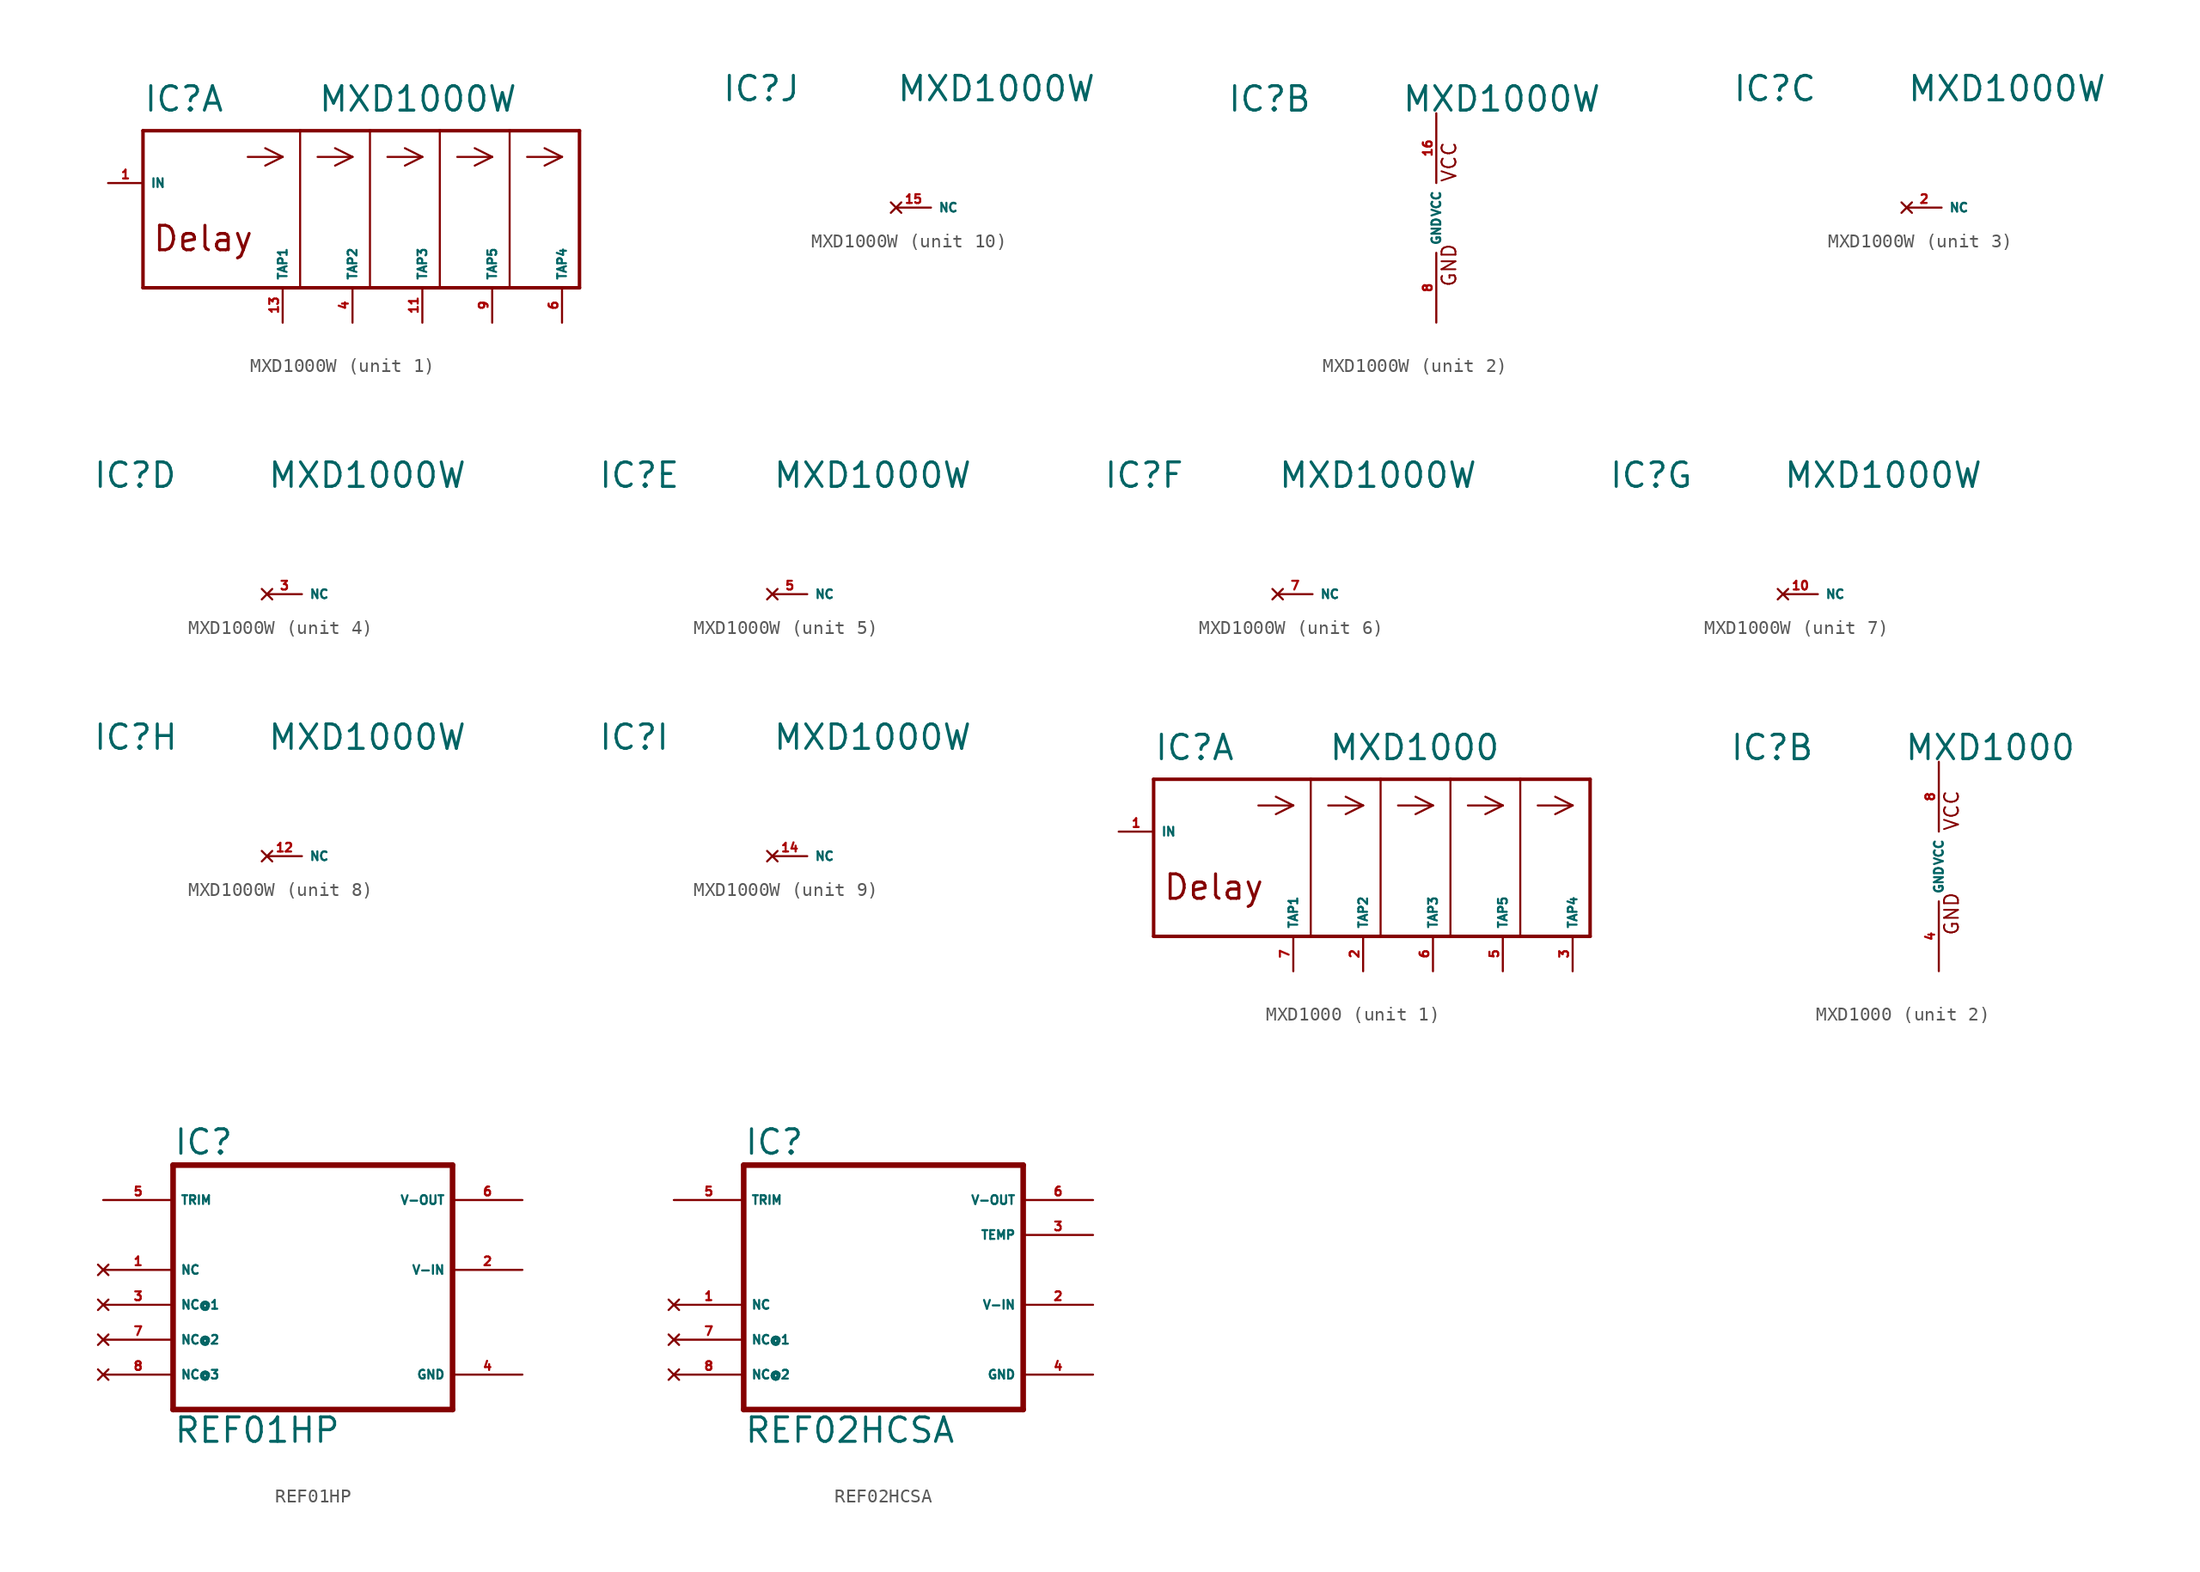
<source format=kicad_sym>
(kicad_symbol_lib
  (version 20220914)
  (generator Eagle2Kicad)
  (symbol "MXD1000W"
    (property "Reference" "IC"
      (at -15.24 7.62 0)
      (effects (font (size 1.778 1.778) (thickness 0.22)) (justify left bottom)))
    (property "Value" "MXD1000W"
      (at -2.54 7.62 0)
      (effects (font (size 1.778 1.778) (thickness 0.22)) (justify left bottom)))
    (symbol "MXD1000W_1_0"
      (polyline (pts (xy -15.24 6.35) (xy -3.81 6.35)) (stroke (width 0.254) (type default)) (fill (type none)))
      (polyline (pts (xy -3.81 6.35) (xy 1.27 6.35)) (stroke (width 0.254) (type default)) (fill (type none)))
      (polyline (pts (xy 1.27 6.35) (xy 6.35 6.35)) (stroke (width 0.254) (type default)) (fill (type none)))
      (polyline (pts (xy 6.35 6.35) (xy 11.43 6.35)) (stroke (width 0.254) (type default)) (fill (type none)))
      (polyline (pts (xy 11.43 6.35) (xy 16.51 6.35)) (stroke (width 0.254) (type default)) (fill (type none)))
      (polyline (pts (xy 16.51 6.35) (xy 16.51 -5.08)) (stroke (width 0.254) (type default)) (fill (type none)))
      (polyline (pts (xy 16.51 -5.08) (xy 11.43 -5.08)) (stroke (width 0.254) (type default)) (fill (type none)))
      (polyline (pts (xy 11.43 -5.08) (xy 6.35 -5.08)) (stroke (width 0.254) (type default)) (fill (type none)))
      (polyline (pts (xy 6.35 -5.08) (xy 1.27 -5.08)) (stroke (width 0.254) (type default)) (fill (type none)))
      (polyline (pts (xy 1.27 -5.08) (xy -3.81 -5.08)) (stroke (width 0.254) (type default)) (fill (type none)))
      (polyline (pts (xy -3.81 -5.08) (xy -15.24 -5.08)) (stroke (width 0.254) (type default)) (fill (type none)))
      (polyline (pts (xy -15.24 -5.08) (xy -15.24 6.35)) (stroke (width 0.254) (type default)) (fill (type none)))
      (polyline (pts (xy 11.43 6.35) (xy 11.43 -5.08)) (stroke (width 0.15) (type default)) (fill (type none)))
      (polyline (pts (xy 6.35 6.35) (xy 6.35 -5.08)) (stroke (width 0.15) (type default)) (fill (type none)))
      (polyline (pts (xy 1.27 6.35) (xy 1.27 -5.08)) (stroke (width 0.15) (type default)) (fill (type none)))
      (polyline (pts (xy -3.81 6.35) (xy -3.81 -5.08)) (stroke (width 0.15) (type default)) (fill (type none)))
      (polyline (pts (xy -7.62 4.445) (xy -5.08 4.445)) (stroke (width 0.15) (type default)) (fill (type none)))
      (polyline (pts (xy -5.08 4.445) (xy -6.35 3.81)) (stroke (width 0.15) (type default)) (fill (type none)))
      (polyline (pts (xy -5.08 4.445) (xy -6.35 5.08)) (stroke (width 0.15) (type default)) (fill (type none)))
      (polyline (pts (xy -2.54 4.445) (xy 0 4.445)) (stroke (width 0.15) (type default)) (fill (type none)))
      (polyline (pts (xy 0 4.445) (xy -1.27 3.81)) (stroke (width 0.15) (type default)) (fill (type none)))
      (polyline (pts (xy 0 4.445) (xy -1.27 5.08)) (stroke (width 0.15) (type default)) (fill (type none)))
      (polyline (pts (xy 2.54 4.445) (xy 5.08 4.445)) (stroke (width 0.15) (type default)) (fill (type none)))
      (polyline (pts (xy 5.08 4.445) (xy 3.81 3.81)) (stroke (width 0.15) (type default)) (fill (type none)))
      (polyline (pts (xy 5.08 4.445) (xy 3.81 5.08)) (stroke (width 0.15) (type default)) (fill (type none)))
      (polyline (pts (xy 7.62 4.445) (xy 10.16 4.445)) (stroke (width 0.15) (type default)) (fill (type none)))
      (polyline (pts (xy 10.16 4.445) (xy 8.89 3.81)) (stroke (width 0.15) (type default)) (fill (type none)))
      (polyline (pts (xy 10.16 4.445) (xy 8.89 5.08)) (stroke (width 0.15) (type default)) (fill (type none)))
      (polyline (pts (xy 12.7 4.445) (xy 15.24 4.445)) (stroke (width 0.15) (type default)) (fill (type none)))
      (polyline (pts (xy 15.24 4.445) (xy 13.97 3.81)) (stroke (width 0.15) (type default)) (fill (type none)))
      (polyline (pts (xy 15.24 4.445) (xy 13.97 5.08)) (stroke (width 0.15) (type default)) (fill (type none)))
      (text "Delay" (at -14.605 -2.54 0) (effects (font (size 1.778 1.778) (thickness 0.22)) (justify left bottom)))
      (pin input line (at -17.78 2.54 0) (length 2.54) (name "IN" (effects (font (size 0.635 0.635) (thickness 0.08)) (justify left bottom))) (number "1" (effects (font (size 0.635 0.635) (thickness 0.08)) (justify left bottom))))
      (pin output line (at -5.08 -7.62 90) (length 2.54) (name "TAP1" (effects (font (size 0.635 0.635) (thickness 0.08)) (justify left bottom))) (number "13" (effects (font (size 0.635 0.635) (thickness 0.08)) (justify left bottom))))
      (pin output line (at 0 -7.62 90) (length 2.54) (name "TAP2" (effects (font (size 0.635 0.635) (thickness 0.08)) (justify left bottom))) (number "4" (effects (font (size 0.635 0.635) (thickness 0.08)) (justify left bottom))))
      (pin output line (at 5.08 -7.62 90) (length 2.54) (name "TAP3" (effects (font (size 0.635 0.635) (thickness 0.08)) (justify left bottom))) (number "11" (effects (font (size 0.635 0.635) (thickness 0.08)) (justify left bottom))))
      (pin output line (at 15.24 -7.62 90) (length 2.54) (name "TAP4" (effects (font (size 0.635 0.635) (thickness 0.08)) (justify left bottom))) (number "6" (effects (font (size 0.635 0.635) (thickness 0.08)) (justify left bottom))))
      (pin output line (at 10.16 -7.62 90) (length 2.54) (name "TAP5" (effects (font (size 0.635 0.635) (thickness 0.08)) (justify left bottom))) (number "9" (effects (font (size 0.635 0.635) (thickness 0.08)) (justify left bottom)))))
    (symbol "MXD1000W_2_0"
      (text "GND" (at 1.524 -5.08 900) (effects (font (size 1.016 1.016) (thickness 0.13)) (justify left bottom)))
      (text "VCC" (at 1.524 2.54 900) (effects (font (size 1.016 1.016) (thickness 0.13)) (justify left bottom)))
      (pin unspecified line (at 0 7.62 270) (length 5.08) (name "VCC" (effects (font (size 0.635 0.635) (thickness 0.08)) (justify left bottom))) (number "16" (effects (font (size 0.635 0.635) (thickness 0.08)) (justify left bottom))))
      (pin unspecified line (at 0 -7.62 90) (length 5.08) (name "GND" (effects (font (size 0.635 0.635) (thickness 0.08)) (justify left bottom))) (number "8" (effects (font (size 0.635 0.635) (thickness 0.08)) (justify left bottom)))))
    (symbol "MXD1000W_3_0"
      (pin no_connect line (at -2.54 0 0) (length 2.54) (name "NC" (effects (font (size 0.635 0.635) (thickness 0.08)) (justify left bottom) hide)) (number "2" (effects (font (size 0.635 0.635) (thickness 0.08)) (justify left bottom) hide))))
    (symbol "MXD1000W_4_0"
      (pin no_connect line (at -2.54 0 0) (length 2.54) (name "NC" (effects (font (size 0.635 0.635) (thickness 0.08)) (justify left bottom) hide)) (number "3" (effects (font (size 0.635 0.635) (thickness 0.08)) (justify left bottom) hide))))
    (symbol "MXD1000W_5_0"
      (pin no_connect line (at -2.54 0 0) (length 2.54) (name "NC" (effects (font (size 0.635 0.635) (thickness 0.08)) (justify left bottom) hide)) (number "5" (effects (font (size 0.635 0.635) (thickness 0.08)) (justify left bottom) hide))))
    (symbol "MXD1000W_6_0"
      (pin no_connect line (at -2.54 0 0) (length 2.54) (name "NC" (effects (font (size 0.635 0.635) (thickness 0.08)) (justify left bottom) hide)) (number "7" (effects (font (size 0.635 0.635) (thickness 0.08)) (justify left bottom) hide))))
    (symbol "MXD1000W_7_0"
      (pin no_connect line (at -2.54 0 0) (length 2.54) (name "NC" (effects (font (size 0.635 0.635) (thickness 0.08)) (justify left bottom) hide)) (number "10" (effects (font (size 0.635 0.635) (thickness 0.08)) (justify left bottom) hide))))
    (symbol "MXD1000W_8_0"
      (pin no_connect line (at -2.54 0 0) (length 2.54) (name "NC" (effects (font (size 0.635 0.635) (thickness 0.08)) (justify left bottom) hide)) (number "12" (effects (font (size 0.635 0.635) (thickness 0.08)) (justify left bottom) hide))))
    (symbol "MXD1000W_9_0"
      (pin no_connect line (at -2.54 0 0) (length 2.54) (name "NC" (effects (font (size 0.635 0.635) (thickness 0.08)) (justify left bottom) hide)) (number "14" (effects (font (size 0.635 0.635) (thickness 0.08)) (justify left bottom) hide))))
    (symbol "MXD1000W_10_0"
      (pin no_connect line (at -2.54 0 0) (length 2.54) (name "NC" (effects (font (size 0.635 0.635) (thickness 0.08)) (justify left bottom) hide)) (number "15" (effects (font (size 0.635 0.635) (thickness 0.08)) (justify left bottom) hide)))))
  (symbol "MXD1000"
    (property "Reference" "IC"
      (at -15.24 7.62 0)
      (effects (font (size 1.778 1.778) (thickness 0.22)) (justify left bottom)))
    (property "Value" "MXD1000"
      (at -2.54 7.62 0)
      (effects (font (size 1.778 1.778) (thickness 0.22)) (justify left bottom)))
    (symbol "MXD1000_1_0"
      (polyline (pts (xy -15.24 6.35) (xy -3.81 6.35)) (stroke (width 0.254) (type default)) (fill (type none)))
      (polyline (pts (xy -3.81 6.35) (xy 1.27 6.35)) (stroke (width 0.254) (type default)) (fill (type none)))
      (polyline (pts (xy 1.27 6.35) (xy 6.35 6.35)) (stroke (width 0.254) (type default)) (fill (type none)))
      (polyline (pts (xy 6.35 6.35) (xy 11.43 6.35)) (stroke (width 0.254) (type default)) (fill (type none)))
      (polyline (pts (xy 11.43 6.35) (xy 16.51 6.35)) (stroke (width 0.254) (type default)) (fill (type none)))
      (polyline (pts (xy 16.51 6.35) (xy 16.51 -5.08)) (stroke (width 0.254) (type default)) (fill (type none)))
      (polyline (pts (xy 16.51 -5.08) (xy 11.43 -5.08)) (stroke (width 0.254) (type default)) (fill (type none)))
      (polyline (pts (xy 11.43 -5.08) (xy 6.35 -5.08)) (stroke (width 0.254) (type default)) (fill (type none)))
      (polyline (pts (xy 6.35 -5.08) (xy 1.27 -5.08)) (stroke (width 0.254) (type default)) (fill (type none)))
      (polyline (pts (xy 1.27 -5.08) (xy -3.81 -5.08)) (stroke (width 0.254) (type default)) (fill (type none)))
      (polyline (pts (xy -3.81 -5.08) (xy -15.24 -5.08)) (stroke (width 0.254) (type default)) (fill (type none)))
      (polyline (pts (xy -15.24 -5.08) (xy -15.24 6.35)) (stroke (width 0.254) (type default)) (fill (type none)))
      (polyline (pts (xy 11.43 6.35) (xy 11.43 -5.08)) (stroke (width 0.15) (type default)) (fill (type none)))
      (polyline (pts (xy 6.35 6.35) (xy 6.35 -5.08)) (stroke (width 0.15) (type default)) (fill (type none)))
      (polyline (pts (xy 1.27 6.35) (xy 1.27 -5.08)) (stroke (width 0.15) (type default)) (fill (type none)))
      (polyline (pts (xy -3.81 6.35) (xy -3.81 -5.08)) (stroke (width 0.15) (type default)) (fill (type none)))
      (polyline (pts (xy -7.62 4.445) (xy -5.08 4.445)) (stroke (width 0.15) (type default)) (fill (type none)))
      (polyline (pts (xy -5.08 4.445) (xy -6.35 3.81)) (stroke (width 0.15) (type default)) (fill (type none)))
      (polyline (pts (xy -5.08 4.445) (xy -6.35 5.08)) (stroke (width 0.15) (type default)) (fill (type none)))
      (polyline (pts (xy -2.54 4.445) (xy 0 4.445)) (stroke (width 0.15) (type default)) (fill (type none)))
      (polyline (pts (xy 0 4.445) (xy -1.27 3.81)) (stroke (width 0.15) (type default)) (fill (type none)))
      (polyline (pts (xy 0 4.445) (xy -1.27 5.08)) (stroke (width 0.15) (type default)) (fill (type none)))
      (polyline (pts (xy 2.54 4.445) (xy 5.08 4.445)) (stroke (width 0.15) (type default)) (fill (type none)))
      (polyline (pts (xy 5.08 4.445) (xy 3.81 3.81)) (stroke (width 0.15) (type default)) (fill (type none)))
      (polyline (pts (xy 5.08 4.445) (xy 3.81 5.08)) (stroke (width 0.15) (type default)) (fill (type none)))
      (polyline (pts (xy 7.62 4.445) (xy 10.16 4.445)) (stroke (width 0.15) (type default)) (fill (type none)))
      (polyline (pts (xy 10.16 4.445) (xy 8.89 3.81)) (stroke (width 0.15) (type default)) (fill (type none)))
      (polyline (pts (xy 10.16 4.445) (xy 8.89 5.08)) (stroke (width 0.15) (type default)) (fill (type none)))
      (polyline (pts (xy 12.7 4.445) (xy 15.24 4.445)) (stroke (width 0.15) (type default)) (fill (type none)))
      (polyline (pts (xy 15.24 4.445) (xy 13.97 3.81)) (stroke (width 0.15) (type default)) (fill (type none)))
      (polyline (pts (xy 15.24 4.445) (xy 13.97 5.08)) (stroke (width 0.15) (type default)) (fill (type none)))
      (text "Delay" (at -14.605 -2.54 0) (effects (font (size 1.778 1.778) (thickness 0.22)) (justify left bottom)))
      (pin input line (at -17.78 2.54 0) (length 2.54) (name "IN" (effects (font (size 0.635 0.635) (thickness 0.08)) (justify left bottom))) (number "1" (effects (font (size 0.635 0.635) (thickness 0.08)) (justify left bottom))))
      (pin output line (at -5.08 -7.62 90) (length 2.54) (name "TAP1" (effects (font (size 0.635 0.635) (thickness 0.08)) (justify left bottom))) (number "7" (effects (font (size 0.635 0.635) (thickness 0.08)) (justify left bottom))))
      (pin output line (at 0 -7.62 90) (length 2.54) (name "TAP2" (effects (font (size 0.635 0.635) (thickness 0.08)) (justify left bottom))) (number "2" (effects (font (size 0.635 0.635) (thickness 0.08)) (justify left bottom))))
      (pin output line (at 5.08 -7.62 90) (length 2.54) (name "TAP3" (effects (font (size 0.635 0.635) (thickness 0.08)) (justify left bottom))) (number "6" (effects (font (size 0.635 0.635) (thickness 0.08)) (justify left bottom))))
      (pin output line (at 15.24 -7.62 90) (length 2.54) (name "TAP4" (effects (font (size 0.635 0.635) (thickness 0.08)) (justify left bottom))) (number "3" (effects (font (size 0.635 0.635) (thickness 0.08)) (justify left bottom))))
      (pin output line (at 10.16 -7.62 90) (length 2.54) (name "TAP5" (effects (font (size 0.635 0.635) (thickness 0.08)) (justify left bottom))) (number "5" (effects (font (size 0.635 0.635) (thickness 0.08)) (justify left bottom)))))
    (symbol "MXD1000_2_0"
      (text "GND" (at 1.524 -5.08 900) (effects (font (size 1.016 1.016) (thickness 0.13)) (justify left bottom)))
      (text "VCC" (at 1.524 2.54 900) (effects (font (size 1.016 1.016) (thickness 0.13)) (justify left bottom)))
      (pin unspecified line (at 0 7.62 270) (length 5.08) (name "VCC" (effects (font (size 0.635 0.635) (thickness 0.08)) (justify left bottom))) (number "8" (effects (font (size 0.635 0.635) (thickness 0.08)) (justify left bottom))))
      (pin unspecified line (at 0 -7.62 90) (length 5.08) (name "GND" (effects (font (size 0.635 0.635) (thickness 0.08)) (justify left bottom))) (number "4" (effects (font (size 0.635 0.635) (thickness 0.08)) (justify left bottom))))))
  (symbol "REF01HP"
    (property "Reference" "IC"
      (at -10.16 8.255 0)
      (effects (font (size 1.778 1.778) (thickness 0.22)) (justify left bottom)))
    (property "Value" "REF01HP"
      (at -10.16 -12.7 0)
      (effects (font (size 1.778 1.778) (thickness 0.22)) (justify left bottom)))
    (polyline
      (pts (xy 10.16 -10.16) (xy -10.16 -10.16))
      (stroke (width 0.406) (type default))
      (fill (type none)))
    (polyline
      (pts (xy -10.16 7.62) (xy -10.16 -10.16))
      (stroke (width 0.406) (type default))
      (fill (type none)))
    (polyline
      (pts (xy -10.16 7.62) (xy 10.16 7.62))
      (stroke (width 0.406) (type default))
      (fill (type none)))
    (polyline
      (pts (xy 10.16 -10.16) (xy 10.16 7.62))
      (stroke (width 0.406) (type default))
      (fill (type none)))
    (pin input line
      (at -15.24 5.08 0)
      (length 5.08)
      (name "TRIM" (effects (font (size 0.635 0.635) (thickness 0.08)) (justify left bottom)))
      (number "5" (effects (font (size 0.635 0.635) (thickness 0.08)) (justify left bottom))))
    (pin no_connect line
      (at -15.24 -2.54 0)
      (length 5.08)
      (name "NC@1" (effects (font (size 0.635 0.635) (thickness 0.08)) (justify left bottom) hide))
      (number "3" (effects (font (size 0.635 0.635) (thickness 0.08)) (justify left bottom) hide)))
    (pin no_connect line
      (at -15.24 0 0)
      (length 5.08)
      (name "NC" (effects (font (size 0.635 0.635) (thickness 0.08)) (justify left bottom) hide))
      (number "1" (effects (font (size 0.635 0.635) (thickness 0.08)) (justify left bottom) hide)))
    (pin no_connect line
      (at -15.24 -5.08 0)
      (length 5.08)
      (name "NC@2" (effects (font (size 0.635 0.635) (thickness 0.08)) (justify left bottom) hide))
      (number "7" (effects (font (size 0.635 0.635) (thickness 0.08)) (justify left bottom) hide)))
    (pin no_connect line
      (at -15.24 -7.62 0)
      (length 5.08)
      (name "NC@3" (effects (font (size 0.635 0.635) (thickness 0.08)) (justify left bottom) hide))
      (number "8" (effects (font (size 0.635 0.635) (thickness 0.08)) (justify left bottom) hide)))
    (pin unspecified line
      (at 15.24 -7.62 180)
      (length 5.08)
      (name "GND" (effects (font (size 0.635 0.635) (thickness 0.08)) (justify left bottom)))
      (number "4" (effects (font (size 0.635 0.635) (thickness 0.08)) (justify left bottom))))
    (pin unspecified line
      (at 15.24 0 180)
      (length 5.08)
      (name "V-IN" (effects (font (size 0.635 0.635) (thickness 0.08)) (justify left bottom)))
      (number "2" (effects (font (size 0.635 0.635) (thickness 0.08)) (justify left bottom))))
    (pin output line
      (at 15.24 5.08 180)
      (length 5.08)
      (name "V-OUT" (effects (font (size 0.635 0.635) (thickness 0.08)) (justify left bottom)))
      (number "6" (effects (font (size 0.635 0.635) (thickness 0.08)) (justify left bottom)))))
  (symbol "REF02HCSA"
    (property "Reference" "IC"
      (at -10.16 10.795 0)
      (effects (font (size 1.778 1.778) (thickness 0.22)) (justify left bottom)))
    (property "Value" "REF02HCSA"
      (at -10.16 -10.16 0)
      (effects (font (size 1.778 1.778) (thickness 0.22)) (justify left bottom)))
    (polyline
      (pts (xy 10.16 -7.62) (xy -10.16 -7.62))
      (stroke (width 0.406) (type default))
      (fill (type none)))
    (polyline
      (pts (xy -10.16 10.16) (xy -10.16 -7.62))
      (stroke (width 0.406) (type default))
      (fill (type none)))
    (polyline
      (pts (xy -10.16 10.16) (xy 10.16 10.16))
      (stroke (width 0.406) (type default))
      (fill (type none)))
    (polyline
      (pts (xy 10.16 -7.62) (xy 10.16 10.16))
      (stroke (width 0.406) (type default))
      (fill (type none)))
    (pin input line
      (at -15.24 7.62 0)
      (length 5.08)
      (name "TRIM" (effects (font (size 0.635 0.635) (thickness 0.08)) (justify left bottom)))
      (number "5" (effects (font (size 0.635 0.635) (thickness 0.08)) (justify left bottom))))
    (pin no_connect line
      (at -15.24 -2.54 0)
      (length 5.08)
      (name "NC@1" (effects (font (size 0.635 0.635) (thickness 0.08)) (justify left bottom) hide))
      (number "7" (effects (font (size 0.635 0.635) (thickness 0.08)) (justify left bottom) hide)))
    (pin no_connect line
      (at -15.24 0 0)
      (length 5.08)
      (name "NC" (effects (font (size 0.635 0.635) (thickness 0.08)) (justify left bottom) hide))
      (number "1" (effects (font (size 0.635 0.635) (thickness 0.08)) (justify left bottom) hide)))
    (pin no_connect line
      (at -15.24 -5.08 0)
      (length 5.08)
      (name "NC@2" (effects (font (size 0.635 0.635) (thickness 0.08)) (justify left bottom) hide))
      (number "8" (effects (font (size 0.635 0.635) (thickness 0.08)) (justify left bottom) hide)))
    (pin output line
      (at 15.24 5.08 180)
      (length 5.08)
      (name "TEMP" (effects (font (size 0.635 0.635) (thickness 0.08)) (justify left bottom)))
      (number "3" (effects (font (size 0.635 0.635) (thickness 0.08)) (justify left bottom))))
    (pin unspecified line
      (at 15.24 -5.08 180)
      (length 5.08)
      (name "GND" (effects (font (size 0.635 0.635) (thickness 0.08)) (justify left bottom)))
      (number "4" (effects (font (size 0.635 0.635) (thickness 0.08)) (justify left bottom))))
    (pin unspecified line
      (at 15.24 0 180)
      (length 5.08)
      (name "V-IN" (effects (font (size 0.635 0.635) (thickness 0.08)) (justify left bottom)))
      (number "2" (effects (font (size 0.635 0.635) (thickness 0.08)) (justify left bottom))))
    (pin output line
      (at 15.24 7.62 180)
      (length 5.08)
      (name "V-OUT" (effects (font (size 0.635 0.635) (thickness 0.08)) (justify left bottom)))
      (number "6" (effects (font (size 0.635 0.635) (thickness 0.08)) (justify left bottom))))))
</source>
